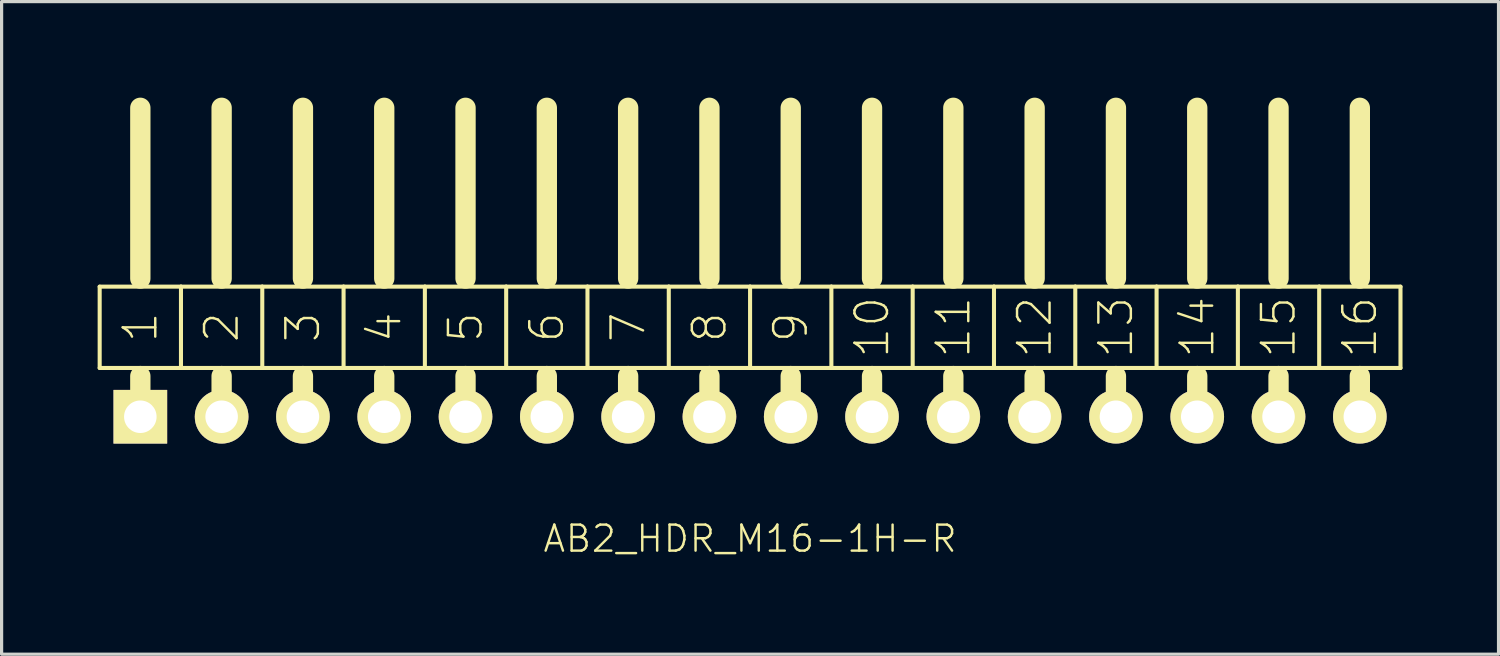
<source format=kicad_pcb>
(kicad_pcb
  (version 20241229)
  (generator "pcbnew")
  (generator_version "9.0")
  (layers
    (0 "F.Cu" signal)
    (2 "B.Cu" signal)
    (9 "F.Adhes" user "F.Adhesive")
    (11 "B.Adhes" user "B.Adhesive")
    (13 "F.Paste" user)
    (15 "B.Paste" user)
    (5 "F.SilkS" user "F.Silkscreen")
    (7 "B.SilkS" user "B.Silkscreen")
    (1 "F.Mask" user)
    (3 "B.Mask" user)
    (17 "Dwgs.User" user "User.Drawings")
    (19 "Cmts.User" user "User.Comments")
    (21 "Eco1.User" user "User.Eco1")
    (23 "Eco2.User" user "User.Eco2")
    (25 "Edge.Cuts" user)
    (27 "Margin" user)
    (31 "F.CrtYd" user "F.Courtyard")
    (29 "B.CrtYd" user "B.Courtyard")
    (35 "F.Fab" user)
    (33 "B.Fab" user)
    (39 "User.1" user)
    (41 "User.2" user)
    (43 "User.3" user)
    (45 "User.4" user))
  (footprint "AB2_HDR_M16-1H-R"
    (layer "F.Cu")
    (at 20.384 9.97)
    (property "Reference" "AB2_HDR_M16-1H-R" (at 0 3.81 0) (layer "F.SilkS") (effects (font (size 0.813 0.813) (thickness 0.076))))
    (attr through_hole)
    (fp_line (start -20.32 -4.064) (end -20.32 -1.524) (stroke (width 0.127) (type solid)) (layer "F.SilkS"))
    (fp_line (start -20.32 -1.524) (end -19.05 -1.524) (stroke (width 0.127) (type solid)) (layer "F.SilkS"))
    (fp_line (start -19.05 -4.318) (end -19.05 -9.652) (stroke (width 0.635) (type solid)) (layer "F.SilkS"))
    (fp_line (start -19.05 -1.524) (end -17.78 -1.524) (stroke (width 0.127) (type solid)) (layer "F.SilkS"))
    (fp_line (start -19.05 -1.27) (end -19.05 0) (stroke (width 0.635) (type solid)) (layer "F.SilkS"))
    (fp_line (start -17.78 -4.064) (end -20.32 -4.064) (stroke (width 0.127) (type solid)) (layer "F.SilkS"))
    (fp_line (start -17.78 -1.524) (end -17.78 -4.064) (stroke (width 0.127) (type solid)) (layer "F.SilkS"))
    (fp_line (start -17.78 -1.524) (end -16.51 -1.524) (stroke (width 0.127) (type solid)) (layer "F.SilkS"))
    (fp_line (start -16.51 -4.318) (end -16.51 -9.652) (stroke (width 0.635) (type solid)) (layer "F.SilkS"))
    (fp_line (start -16.51 -1.524) (end -15.24 -1.524) (stroke (width 0.127) (type solid)) (layer "F.SilkS"))
    (fp_line (start -16.51 -1.27) (end -16.51 0) (stroke (width 0.635) (type solid)) (layer "F.SilkS"))
    (fp_line (start -15.24 -4.064) (end -17.78 -4.064) (stroke (width 0.127) (type solid)) (layer "F.SilkS"))
    (fp_line (start -15.24 -1.524) (end -15.24 -4.064) (stroke (width 0.127) (type solid)) (layer "F.SilkS"))
    (fp_line (start -15.24 -1.524) (end -13.97 -1.524) (stroke (width 0.127) (type solid)) (layer "F.SilkS"))
    (fp_line (start -13.97 -4.318) (end -13.97 -9.652) (stroke (width 0.635) (type solid)) (layer "F.SilkS"))
    (fp_line (start -13.97 -1.524) (end -12.7 -1.524) (stroke (width 0.127) (type solid)) (layer "F.SilkS"))
    (fp_line (start -13.97 -1.27) (end -13.97 0) (stroke (width 0.635) (type solid)) (layer "F.SilkS"))
    (fp_line (start -12.7 -4.064) (end -15.24 -4.064) (stroke (width 0.127) (type solid)) (layer "F.SilkS"))
    (fp_line (start -12.7 -1.524) (end -12.7 -4.064) (stroke (width 0.127) (type solid)) (layer "F.SilkS"))
    (fp_line (start -12.7 -1.524) (end -11.43 -1.524) (stroke (width 0.127) (type solid)) (layer "F.SilkS"))
    (fp_line (start -11.43 -4.318) (end -11.43 -9.652) (stroke (width 0.635) (type solid)) (layer "F.SilkS"))
    (fp_line (start -11.43 -1.524) (end -10.16 -1.524) (stroke (width 0.127) (type solid)) (layer "F.SilkS"))
    (fp_line (start -11.43 -1.27) (end -11.43 0) (stroke (width 0.635) (type solid)) (layer "F.SilkS"))
    (fp_line (start -10.16 -4.064) (end -12.7 -4.064) (stroke (width 0.127) (type solid)) (layer "F.SilkS"))
    (fp_line (start -10.16 -1.524) (end -10.16 -4.064) (stroke (width 0.127) (type solid)) (layer "F.SilkS"))
    (fp_line (start -10.16 -1.524) (end -8.89 -1.524) (stroke (width 0.127) (type solid)) (layer "F.SilkS"))
    (fp_line (start -8.89 -4.318) (end -8.89 -9.652) (stroke (width 0.635) (type solid)) (layer "F.SilkS"))
    (fp_line (start -8.89 -1.524) (end -7.62 -1.524) (stroke (width 0.127) (type solid)) (layer "F.SilkS"))
    (fp_line (start -8.89 -1.27) (end -8.89 0) (stroke (width 0.635) (type solid)) (layer "F.SilkS"))
    (fp_line (start -7.62 -4.064) (end -10.16 -4.064) (stroke (width 0.127) (type solid)) (layer "F.SilkS"))
    (fp_line (start -7.62 -1.524) (end -7.62 -4.064) (stroke (width 0.127) (type solid)) (layer "F.SilkS"))
    (fp_line (start -7.62 -1.524) (end -6.35 -1.524) (stroke (width 0.127) (type solid)) (layer "F.SilkS"))
    (fp_line (start -6.35 -4.318) (end -6.35 -9.652) (stroke (width 0.635) (type solid)) (layer "F.SilkS"))
    (fp_line (start -6.35 -1.524) (end -5.08 -1.524) (stroke (width 0.127) (type solid)) (layer "F.SilkS"))
    (fp_line (start -6.35 -1.27) (end -6.35 0) (stroke (width 0.635) (type solid)) (layer "F.SilkS"))
    (fp_line (start -5.08 -4.064) (end -7.62 -4.064) (stroke (width 0.127) (type solid)) (layer "F.SilkS"))
    (fp_line (start -5.08 -1.524) (end -5.08 -4.064) (stroke (width 0.127) (type solid)) (layer "F.SilkS"))
    (fp_line (start -5.08 -1.524) (end -3.81 -1.524) (stroke (width 0.127) (type solid)) (layer "F.SilkS"))
    (fp_line (start -3.81 -4.318) (end -3.81 -9.652) (stroke (width 0.635) (type solid)) (layer "F.SilkS"))
    (fp_line (start -3.81 -1.524) (end -2.54 -1.524) (stroke (width 0.127) (type solid)) (layer "F.SilkS"))
    (fp_line (start -3.81 -1.27) (end -3.81 0) (stroke (width 0.635) (type solid)) (layer "F.SilkS"))
    (fp_line (start -2.54 -4.064) (end -5.08 -4.064) (stroke (width 0.127) (type solid)) (layer "F.SilkS"))
    (fp_line (start -2.54 -1.524) (end -2.54 -4.064) (stroke (width 0.127) (type solid)) (layer "F.SilkS"))
    (fp_line (start -2.54 -1.524) (end -1.27 -1.524) (stroke (width 0.127) (type solid)) (layer "F.SilkS"))
    (fp_line (start -1.27 -4.318) (end -1.27 -9.652) (stroke (width 0.635) (type solid)) (layer "F.SilkS"))
    (fp_line (start -1.27 -1.524) (end 0 -1.524) (stroke (width 0.127) (type solid)) (layer "F.SilkS"))
    (fp_line (start -1.27 -1.27) (end -1.27 0) (stroke (width 0.635) (type solid)) (layer "F.SilkS"))
    (fp_line (start 0 -4.064) (end -2.54 -4.064) (stroke (width 0.127) (type solid)) (layer "F.SilkS"))
    (fp_line (start 0 -1.524) (end 0 -4.064) (stroke (width 0.127) (type solid)) (layer "F.SilkS"))
    (fp_line (start 0 -1.524) (end 1.27 -1.524) (stroke (width 0.127) (type solid)) (layer "F.SilkS"))
    (fp_line (start 1.27 -4.318) (end 1.27 -9.652) (stroke (width 0.635) (type solid)) (layer "F.SilkS"))
    (fp_line (start 1.27 -1.524) (end 2.54 -1.524) (stroke (width 0.127) (type solid)) (layer "F.SilkS"))
    (fp_line (start 1.27 -1.27) (end 1.27 0) (stroke (width 0.635) (type solid)) (layer "F.SilkS"))
    (fp_line (start 2.54 -4.064) (end 0 -4.064) (stroke (width 0.127) (type solid)) (layer "F.SilkS"))
    (fp_line (start 2.54 -1.524) (end 2.54 -4.064) (stroke (width 0.127) (type solid)) (layer "F.SilkS"))
    (fp_line (start 2.54 -1.524) (end 3.81 -1.524) (stroke (width 0.127) (type solid)) (layer "F.SilkS"))
    (fp_line (start 3.81 -4.318) (end 3.81 -9.652) (stroke (width 0.635) (type solid)) (layer "F.SilkS"))
    (fp_line (start 3.81 -1.524) (end 5.08 -1.524) (stroke (width 0.127) (type solid)) (layer "F.SilkS"))
    (fp_line (start 3.81 -1.27) (end 3.81 0) (stroke (width 0.635) (type solid)) (layer "F.SilkS"))
    (fp_line (start 5.08 -4.064) (end 2.54 -4.064) (stroke (width 0.127) (type solid)) (layer "F.SilkS"))
    (fp_line (start 5.08 -1.524) (end 5.08 -4.064) (stroke (width 0.127) (type solid)) (layer "F.SilkS"))
    (fp_line (start 5.08 -1.524) (end 6.35 -1.524) (stroke (width 0.127) (type solid)) (layer "F.SilkS"))
    (fp_line (start 6.35 -4.318) (end 6.35 -9.652) (stroke (width 0.635) (type solid)) (layer "F.SilkS"))
    (fp_line (start 6.35 -1.524) (end 7.62 -1.524) (stroke (width 0.127) (type solid)) (layer "F.SilkS"))
    (fp_line (start 6.35 -1.27) (end 6.35 0) (stroke (width 0.635) (type solid)) (layer "F.SilkS"))
    (fp_line (start 7.62 -4.064) (end 5.08 -4.064) (stroke (width 0.127) (type solid)) (layer "F.SilkS"))
    (fp_line (start 7.62 -1.524) (end 7.62 -4.064) (stroke (width 0.127) (type solid)) (layer "F.SilkS"))
    (fp_line (start 7.62 -1.524) (end 8.89 -1.524) (stroke (width 0.127) (type solid)) (layer "F.SilkS"))
    (fp_line (start 8.89 -4.318) (end 8.89 -9.652) (stroke (width 0.635) (type solid)) (layer "F.SilkS"))
    (fp_line (start 8.89 -1.524) (end 10.16 -1.524) (stroke (width 0.127) (type solid)) (layer "F.SilkS"))
    (fp_line (start 8.89 -1.27) (end 8.89 0) (stroke (width 0.635) (type solid)) (layer "F.SilkS"))
    (fp_line (start 10.16 -4.064) (end 7.62 -4.064) (stroke (width 0.127) (type solid)) (layer "F.SilkS"))
    (fp_line (start 10.16 -1.524) (end 10.16 -4.064) (stroke (width 0.127) (type solid)) (layer "F.SilkS"))
    (fp_line (start 10.16 -1.524) (end 11.43 -1.524) (stroke (width 0.127) (type solid)) (layer "F.SilkS"))
    (fp_line (start 11.43 -4.318) (end 11.43 -9.652) (stroke (width 0.635) (type solid)) (layer "F.SilkS"))
    (fp_line (start 11.43 -1.524) (end 12.7 -1.524) (stroke (width 0.127) (type solid)) (layer "F.SilkS"))
    (fp_line (start 11.43 -1.27) (end 11.43 0) (stroke (width 0.635) (type solid)) (layer "F.SilkS"))
    (fp_line (start 12.7 -4.064) (end 10.16 -4.064) (stroke (width 0.127) (type solid)) (layer "F.SilkS"))
    (fp_line (start 12.7 -1.524) (end 12.7 -4.064) (stroke (width 0.127) (type solid)) (layer "F.SilkS"))
    (fp_line (start 12.7 -1.524) (end 13.97 -1.524) (stroke (width 0.127) (type solid)) (layer "F.SilkS"))
    (fp_line (start 13.97 -4.318) (end 13.97 -9.652) (stroke (width 0.635) (type solid)) (layer "F.SilkS"))
    (fp_line (start 13.97 -1.524) (end 15.24 -1.524) (stroke (width 0.127) (type solid)) (layer "F.SilkS"))
    (fp_line (start 13.97 -1.27) (end 13.97 0) (stroke (width 0.635) (type solid)) (layer "F.SilkS"))
    (fp_line (start 15.24 -4.064) (end 12.7 -4.064) (stroke (width 0.127) (type solid)) (layer "F.SilkS"))
    (fp_line (start 15.24 -1.524) (end 15.24 -4.064) (stroke (width 0.127) (type solid)) (layer "F.SilkS"))
    (fp_line (start 15.24 -1.524) (end 16.51 -1.524) (stroke (width 0.127) (type solid)) (layer "F.SilkS"))
    (fp_line (start 16.51 -4.318) (end 16.51 -9.652) (stroke (width 0.635) (type solid)) (layer "F.SilkS"))
    (fp_line (start 16.51 -1.524) (end 17.78 -1.524) (stroke (width 0.127) (type solid)) (layer "F.SilkS"))
    (fp_line (start 16.51 -1.27) (end 16.51 0) (stroke (width 0.635) (type solid)) (layer "F.SilkS"))
    (fp_line (start 17.78 -4.064) (end 15.24 -4.064) (stroke (width 0.127) (type solid)) (layer "F.SilkS"))
    (fp_line (start 17.78 -1.524) (end 17.78 -4.064) (stroke (width 0.127) (type solid)) (layer "F.SilkS"))
    (fp_line (start 17.78 -1.524) (end 19.05 -1.524) (stroke (width 0.127) (type solid)) (layer "F.SilkS"))
    (fp_line (start 19.05 -4.318) (end 19.05 -9.652) (stroke (width 0.635) (type solid)) (layer "F.SilkS"))
    (fp_line (start 19.05 -1.524) (end 20.32 -1.524) (stroke (width 0.127) (type solid)) (layer "F.SilkS"))
    (fp_line (start 19.05 -1.27) (end 19.05 0) (stroke (width 0.635) (type solid)) (layer "F.SilkS"))
    (fp_line (start 20.32 -4.064) (end 17.78 -4.064) (stroke (width 0.127) (type solid)) (layer "F.SilkS"))
    (fp_line (start 20.32 -1.524) (end 20.32 -4.064) (stroke (width 0.127) (type solid)) (layer "F.SilkS"))
    (fp_text user "10" (at 3.81 -2.794 90) (layer "F.SilkS") (effects (font (size 1.016 1.016) (thickness 0.076))))
    (fp_text user "1" (at -19.05 -2.794 270) (layer "F.SilkS") (effects (font (size 1.016 1.016) (thickness 0.076))))
    (fp_text user "12" (at 8.89 -2.794 90) (layer "F.SilkS") (effects (font (size 1.016 1.016) (thickness 0.076))))
    (fp_text user "5" (at -8.89 -2.794 90) (layer "F.SilkS") (effects (font (size 1.016 1.016) (thickness 0.076))))
    (fp_text user "6" (at -6.35 -2.794 90) (layer "F.SilkS") (effects (font (size 1.016 1.016) (thickness 0.076))))
    (fp_text user "14" (at 13.97 -2.794 90) (layer "F.SilkS") (effects (font (size 1.016 1.016) (thickness 0.076))))
    (fp_text user "16" (at 19.05 -2.794 90) (layer "F.SilkS") (effects (font (size 1.016 1.016) (thickness 0.076))))
    (fp_text user "8" (at -1.27 -2.794 90) (layer "F.SilkS") (effects (font (size 1.016 1.016) (thickness 0.076))))
    (fp_text user "11" (at 6.35 -2.794 90) (layer "F.SilkS") (effects (font (size 1.016 1.016) (thickness 0.076))))
    (fp_text user "15" (at 16.51 -2.794 90) (layer "F.SilkS") (effects (font (size 1.016 1.016) (thickness 0.076))))
    (fp_text user "9" (at 1.27 -2.794 90) (layer "F.SilkS") (effects (font (size 1.016 1.016) (thickness 0.076))))
    (fp_text user "3" (at -13.97 -2.794 90) (layer "F.SilkS") (effects (font (size 1.016 1.016) (thickness 0.076))))
    (fp_text user "13" (at 11.43 -2.794 90) (layer "F.SilkS") (effects (font (size 1.016 1.016) (thickness 0.076))))
    (fp_text user "4" (at -11.43 -2.794 90) (layer "F.SilkS") (effects (font (size 1.016 1.016) (thickness 0.076))))
    (fp_text user "2" (at -16.51 -2.794 90) (layer "F.SilkS") (effects (font (size 1.016 1.016) (thickness 0.076))))
    (fp_text user "7" (at -3.81 -2.794 90) (layer "F.SilkS") (effects (font (size 1.016 1.016) (thickness 0.076))))
    (pad "1" thru_hole rect (at -19.05 0) (size 1.676 1.676) (drill 1.016) (layers "*.Cu" "*.Mask" "F.SilkS"))
    (pad "2" thru_hole circle (at -16.51 0) (size 1.676 1.676) (drill 1.016) (layers "*.Cu" "*.Mask" "F.SilkS"))
    (pad "3" thru_hole circle (at -13.97 0) (size 1.676 1.676) (drill 1.016) (layers "*.Cu" "*.Mask" "F.SilkS"))
    (pad "4" thru_hole circle (at -11.43 0) (size 1.676 1.676) (drill 1.016) (layers "*.Cu" "*.Mask" "F.SilkS"))
    (pad "5" thru_hole circle (at -8.89 0) (size 1.676 1.676) (drill 1.016) (layers "*.Cu" "*.Mask" "F.SilkS"))
    (pad "6" thru_hole circle (at -6.35 0) (size 1.676 1.676) (drill 1.016) (layers "*.Cu" "*.Mask" "F.SilkS"))
    (pad "7" thru_hole circle (at -3.81 0) (size 1.676 1.676) (drill 1.016) (layers "*.Cu" "*.Mask" "F.SilkS"))
    (pad "8" thru_hole circle (at -1.27 0) (size 1.676 1.676) (drill 1.016) (layers "*.Cu" "*.Mask" "F.SilkS"))
    (pad "9" thru_hole circle (at 1.27 0) (size 1.676 1.676) (drill 1.016) (layers "*.Cu" "*.Mask" "F.SilkS"))
    (pad "10" thru_hole circle (at 3.81 0) (size 1.676 1.676) (drill 1.016) (layers "*.Cu" "*.Mask" "F.SilkS"))
    (pad "11" thru_hole circle (at 6.35 0) (size 1.676 1.676) (drill 1.016) (layers "*.Cu" "*.Mask" "F.SilkS"))
    (pad "12" thru_hole circle (at 8.89 0) (size 1.676 1.676) (drill 1.016) (layers "*.Cu" "*.Mask" "F.SilkS"))
    (pad "13" thru_hole circle (at 11.43 0) (size 1.676 1.676) (drill 1.016) (layers "*.Cu" "*.Mask" "F.SilkS"))
    (pad "14" thru_hole circle (at 13.97 0) (size 1.676 1.676) (drill 1.016) (layers "*.Cu" "*.Mask" "F.SilkS"))
    (pad "15" thru_hole circle (at 16.51 0) (size 1.676 1.676) (drill 1.016) (layers "*.Cu" "*.Mask" "F.SilkS"))
    (pad "16" thru_hole circle (at 19.05 0) (size 1.676 1.676) (drill 1.016) (layers "*.Cu" "*.Mask" "F.SilkS")))
  (gr_rect
    (start -3 -3)
    (end 43.767 17.389)
    (stroke (width 0.1) (type default))
    (fill no)
    (layer "Edge.Cuts")))
</source>
